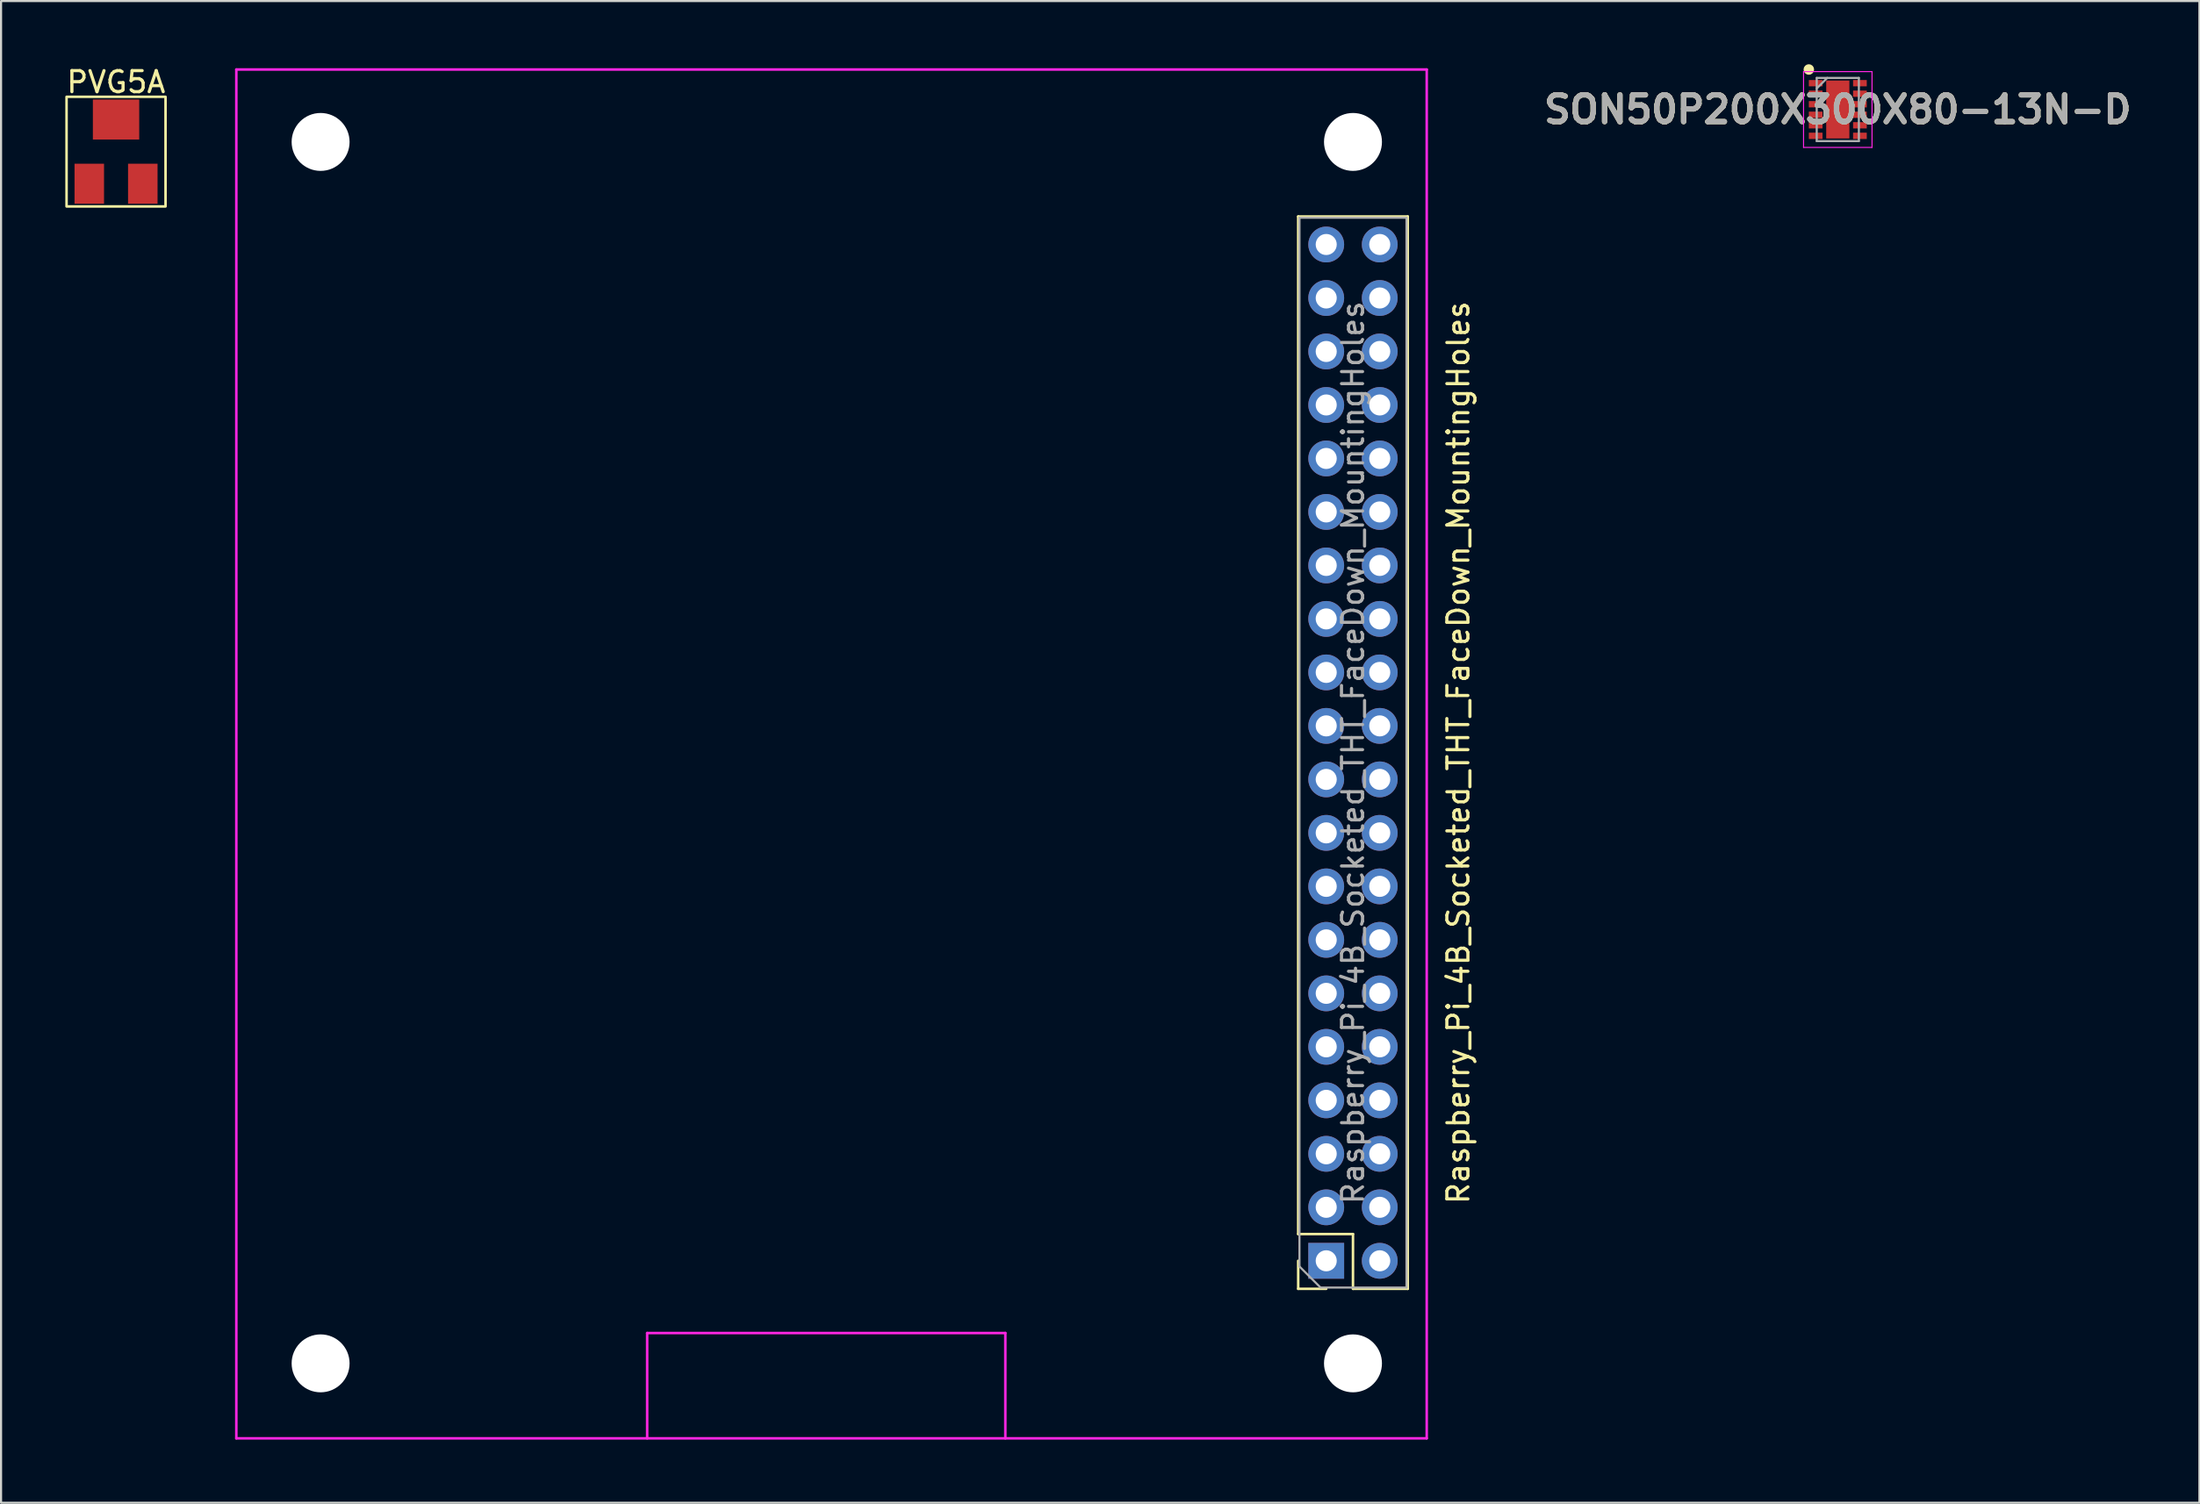
<source format=kicad_pcb>
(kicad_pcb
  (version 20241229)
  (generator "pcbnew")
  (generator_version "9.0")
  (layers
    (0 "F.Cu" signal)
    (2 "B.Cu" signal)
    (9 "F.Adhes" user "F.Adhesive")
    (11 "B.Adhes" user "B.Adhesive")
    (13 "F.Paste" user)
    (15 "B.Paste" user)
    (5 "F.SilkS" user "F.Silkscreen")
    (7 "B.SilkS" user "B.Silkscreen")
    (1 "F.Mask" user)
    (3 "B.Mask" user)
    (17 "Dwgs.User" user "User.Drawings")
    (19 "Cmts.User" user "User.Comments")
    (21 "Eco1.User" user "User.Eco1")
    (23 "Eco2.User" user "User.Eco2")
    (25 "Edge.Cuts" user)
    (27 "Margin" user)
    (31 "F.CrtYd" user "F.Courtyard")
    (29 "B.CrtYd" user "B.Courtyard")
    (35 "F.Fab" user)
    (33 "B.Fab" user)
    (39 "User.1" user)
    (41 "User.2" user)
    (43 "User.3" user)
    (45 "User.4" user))
  (footprint "PVG5A"
    (layer "F.Cu")
    (at 2.458 4.15)
    (property "Reference" "PVG5A" (at 0 -3.302 0) (unlocked yes) (layer "F.SilkS") (effects (font (size 1 1) (thickness 0.15))))
    (attr smd)
    (fp_rect (start -2.349 -2.603) (end 2.349 2.603) (stroke (width 0.12) (type solid)) (fill no) (layer "F.SilkS"))
    (pad "1" smd rect (at -1.27 1.524) (size 1.4 1.9) (layers "F.Cu" "F.Mask" "F.Paste"))
    (pad "2" smd rect (at 0 -1.524) (size 2.2 1.9) (layers "F.Cu" "F.Mask" "F.Paste"))
    (pad "3" smd rect (at 1.27 1.524) (size 1.4 1.9) (layers "F.Cu" "F.Mask" "F.Paste")))
  (footprint "Raspberry_Pi_4B_Socketed_THT_FaceDown_MountingHoles"
    (layer "F.Cu")
    (at 8.167 0.25)
    (property "Reference" "Raspberry_Pi_4B_Socketed_THT_FaceDown_MountingHoles" (at 58 32.44 270) (layer "F.SilkS") (effects (font (size 1 1) (thickness 0.15))))
    (attr through_hole)
    (fp_line (start 50.4 55.3) (end 50.4 6.98) (stroke (width 0.12) (type solid)) (layer "F.SilkS"))
    (fp_line (start 50.4 57.9) (end 50.4 56.57) (stroke (width 0.12) (type solid)) (layer "F.SilkS"))
    (fp_line (start 51.73 57.9) (end 50.4 57.9) (stroke (width 0.12) (type solid)) (layer "F.SilkS"))
    (fp_line (start 53 55.3) (end 50.4 55.3) (stroke (width 0.12) (type solid)) (layer "F.SilkS"))
    (fp_line (start 53 57.9) (end 53 55.3) (stroke (width 0.12) (type solid)) (layer "F.SilkS"))
    (fp_line (start 55.6 6.98) (end 50.4 6.98) (stroke (width 0.12) (type solid)) (layer "F.SilkS"))
    (fp_line (start 55.6 57.9) (end 53 57.9) (stroke (width 0.12) (type solid)) (layer "F.SilkS"))
    (fp_line (start 55.6 57.9) (end 55.6 6.98) (stroke (width 0.12) (type solid)) (layer "F.SilkS"))
    (fp_line (start 0 0) (end 0 65) (stroke (width 0.12) (type solid)) (layer "F.CrtYd"))
    (fp_line (start 0 65) (end 56.5 65) (stroke (width 0.12) (type solid)) (layer "F.CrtYd"))
    (fp_line (start 19.5 60) (end 19.5 65) (stroke (width 0.12) (type solid)) (layer "F.CrtYd"))
    (fp_line (start 19.5 60) (end 36.5 60) (stroke (width 0.12) (type solid)) (layer "F.CrtYd"))
    (fp_line (start 36.5 60) (end 36.5 65) (stroke (width 0.12) (type solid)) (layer "F.CrtYd"))
    (fp_line (start 56.5 0) (end 0 0) (stroke (width 0.12) (type solid)) (layer "F.CrtYd"))
    (fp_line (start 56.5 65) (end 56.5 0) (stroke (width 0.12) (type solid)) (layer "F.CrtYd"))
    (fp_line (start 50.46 7.04) (end 55.54 7.04) (stroke (width 0.1) (type solid)) (layer "F.Fab"))
    (fp_line (start 50.46 56.84) (end 50.46 7.04) (stroke (width 0.1) (type solid)) (layer "F.Fab"))
    (fp_line (start 51.46 57.84) (end 50.46 56.84) (stroke (width 0.1) (type solid)) (layer "F.Fab"))
    (fp_line (start 55.54 7.04) (end 55.54 57.84) (stroke (width 0.1) (type solid)) (layer "F.Fab"))
    (fp_line (start 55.54 57.84) (end 51.46 57.84) (stroke (width 0.1) (type solid)) (layer "F.Fab"))
    (fp_text user "${REFERENCE}" (at 53 32.44 270) (layer "F.Fab") (effects (font (size 1 1) (thickness 0.15))))
    (pad "" np_thru_hole circle (at 4 3.44 270) (size 2.75 2.75) (drill 2.75) (layers "*.Cu" "*.Mask"))
    (pad "" np_thru_hole circle (at 4 61.44 270) (size 2.75 2.75) (drill 2.75) (layers "*.Cu" "*.Mask"))
    (pad "" np_thru_hole circle (at 53 3.44 270) (size 2.75 2.75) (drill 2.75) (layers "*.Cu" "*.Mask"))
    (pad "" np_thru_hole circle (at 53 61.44 270) (size 2.75 2.75) (drill 2.75) (layers "*.Cu" "*.Mask"))
    (pad "1" thru_hole rect (at 51.73 56.57 180) (size 1.7 1.7) (drill 1) (layers "*.Cu" "*.Mask"))
    (pad "2" thru_hole oval (at 54.27 56.57 180) (size 1.7 1.7) (drill 1) (layers "*.Cu" "*.Mask"))
    (pad "3" thru_hole oval (at 51.73 54.03 180) (size 1.7 1.7) (drill 1) (layers "*.Cu" "*.Mask"))
    (pad "4" thru_hole oval (at 54.27 54.03 180) (size 1.7 1.7) (drill 1) (layers "*.Cu" "*.Mask"))
    (pad "5" thru_hole oval (at 51.73 51.49 180) (size 1.7 1.7) (drill 1) (layers "*.Cu" "*.Mask"))
    (pad "6" thru_hole oval (at 54.27 51.49 180) (size 1.7 1.7) (drill 1) (layers "*.Cu" "*.Mask"))
    (pad "7" thru_hole oval (at 51.73 48.95 180) (size 1.7 1.7) (drill 1) (layers "*.Cu" "*.Mask"))
    (pad "8" thru_hole oval (at 54.27 48.95 180) (size 1.7 1.7) (drill 1) (layers "*.Cu" "*.Mask"))
    (pad "9" thru_hole oval (at 51.73 46.41 180) (size 1.7 1.7) (drill 1) (layers "*.Cu" "*.Mask"))
    (pad "10" thru_hole oval (at 54.27 46.41 180) (size 1.7 1.7) (drill 1) (layers "*.Cu" "*.Mask"))
    (pad "11" thru_hole oval (at 51.73 43.87 180) (size 1.7 1.7) (drill 1) (layers "*.Cu" "*.Mask"))
    (pad "12" thru_hole oval (at 54.27 43.87 180) (size 1.7 1.7) (drill 1) (layers "*.Cu" "*.Mask"))
    (pad "13" thru_hole oval (at 51.73 41.33 180) (size 1.7 1.7) (drill 1) (layers "*.Cu" "*.Mask"))
    (pad "14" thru_hole oval (at 54.27 41.33 180) (size 1.7 1.7) (drill 1) (layers "*.Cu" "*.Mask"))
    (pad "15" thru_hole oval (at 51.73 38.79 180) (size 1.7 1.7) (drill 1) (layers "*.Cu" "*.Mask"))
    (pad "16" thru_hole oval (at 54.27 38.79 180) (size 1.7 1.7) (drill 1) (layers "*.Cu" "*.Mask"))
    (pad "17" thru_hole oval (at 51.73 36.25 180) (size 1.7 1.7) (drill 1) (layers "*.Cu" "*.Mask"))
    (pad "18" thru_hole oval (at 54.27 36.25 180) (size 1.7 1.7) (drill 1) (layers "*.Cu" "*.Mask"))
    (pad "19" thru_hole oval (at 51.73 33.71 180) (size 1.7 1.7) (drill 1) (layers "*.Cu" "*.Mask"))
    (pad "20" thru_hole oval (at 54.27 33.71 180) (size 1.7 1.7) (drill 1) (layers "*.Cu" "*.Mask"))
    (pad "21" thru_hole oval (at 51.73 31.17 180) (size 1.7 1.7) (drill 1) (layers "*.Cu" "*.Mask"))
    (pad "22" thru_hole oval (at 54.27 31.17 180) (size 1.7 1.7) (drill 1) (layers "*.Cu" "*.Mask"))
    (pad "23" thru_hole oval (at 51.73 28.63 180) (size 1.7 1.7) (drill 1) (layers "*.Cu" "*.Mask"))
    (pad "24" thru_hole oval (at 54.27 28.63 180) (size 1.7 1.7) (drill 1) (layers "*.Cu" "*.Mask"))
    (pad "25" thru_hole oval (at 51.73 26.09 180) (size 1.7 1.7) (drill 1) (layers "*.Cu" "*.Mask"))
    (pad "26" thru_hole oval (at 54.27 26.09 180) (size 1.7 1.7) (drill 1) (layers "*.Cu" "*.Mask"))
    (pad "27" thru_hole oval (at 51.73 23.55 180) (size 1.7 1.7) (drill 1) (layers "*.Cu" "*.Mask"))
    (pad "28" thru_hole oval (at 54.27 23.55 180) (size 1.7 1.7) (drill 1) (layers "*.Cu" "*.Mask"))
    (pad "29" thru_hole oval (at 51.73 21.01 180) (size 1.7 1.7) (drill 1) (layers "*.Cu" "*.Mask"))
    (pad "30" thru_hole oval (at 54.27 21.01 180) (size 1.7 1.7) (drill 1) (layers "*.Cu" "*.Mask"))
    (pad "31" thru_hole oval (at 51.73 18.47 180) (size 1.7 1.7) (drill 1) (layers "*.Cu" "*.Mask"))
    (pad "32" thru_hole oval (at 54.27 18.47 180) (size 1.7 1.7) (drill 1) (layers "*.Cu" "*.Mask"))
    (pad "33" thru_hole oval (at 51.73 15.93 180) (size 1.7 1.7) (drill 1) (layers "*.Cu" "*.Mask"))
    (pad "34" thru_hole oval (at 54.27 15.93 180) (size 1.7 1.7) (drill 1) (layers "*.Cu" "*.Mask"))
    (pad "35" thru_hole oval (at 51.73 13.39 180) (size 1.7 1.7) (drill 1) (layers "*.Cu" "*.Mask"))
    (pad "36" thru_hole oval (at 54.27 13.39 180) (size 1.7 1.7) (drill 1) (layers "*.Cu" "*.Mask"))
    (pad "37" thru_hole oval (at 51.73 10.85 180) (size 1.7 1.7) (drill 1) (layers "*.Cu" "*.Mask"))
    (pad "38" thru_hole oval (at 54.27 10.85 180) (size 1.7 1.7) (drill 1) (layers "*.Cu" "*.Mask"))
    (pad "39" thru_hole oval (at 51.73 8.31 180) (size 1.7 1.7) (drill 1) (layers "*.Cu" "*.Mask"))
    (pad "40" thru_hole oval (at 54.27 8.31 180) (size 1.7 1.7) (drill 1) (layers "*.Cu" "*.Mask")))
  (footprint "SON50P200X300X80-13N-D"
    (layer "F.Cu")
    (at 84.178 2.15)
    (property "Reference" "SON50P200X300X80-13N-D" (at 0 0 0) (layer "F.SilkS") (effects (font (size 1.27 1.27) (thickness 0.254))))
    (attr smd)
    (fp_circle (center -1.375 -1.9) (end -1.375 -1.775) (stroke (width 0.25) (type solid)) (fill no) (layer "F.SilkS"))
    (fp_line (start -1.625 -1.8) (end 1.625 -1.8) (stroke (width 0.05) (type solid)) (layer "F.CrtYd"))
    (fp_line (start -1.625 1.8) (end -1.625 -1.8) (stroke (width 0.05) (type solid)) (layer "F.CrtYd"))
    (fp_line (start 1.625 -1.8) (end 1.625 1.8) (stroke (width 0.05) (type solid)) (layer "F.CrtYd"))
    (fp_line (start 1.625 1.8) (end -1.625 1.8) (stroke (width 0.05) (type solid)) (layer "F.CrtYd"))
    (fp_line (start -1 -1.5) (end 1 -1.5) (stroke (width 0.1) (type solid)) (layer "F.Fab"))
    (fp_line (start -1 -1) (end -0.5 -1.5) (stroke (width 0.1) (type solid)) (layer "F.Fab"))
    (fp_line (start -1 1.5) (end -1 -1.5) (stroke (width 0.1) (type solid)) (layer "F.Fab"))
    (fp_line (start 1 -1.5) (end 1 1.5) (stroke (width 0.1) (type solid)) (layer "F.Fab"))
    (fp_line (start 1 1.5) (end -1 1.5) (stroke (width 0.1) (type solid)) (layer "F.Fab"))
    (fp_text user "${REFERENCE}" (at 0 0 0) (layer "F.Fab") (effects (font (size 1.27 1.27) (thickness 0.254))))
    (pad "1" smd rect (at -1.05 -1.25 90) (size 0.3 0.65) (layers "F.Cu" "F.Mask" "F.Paste"))
    (pad "2" smd rect (at -1.05 -0.75 90) (size 0.3 0.65) (layers "F.Cu" "F.Mask" "F.Paste"))
    (pad "3" smd rect (at -1.05 -0.25 90) (size 0.3 0.65) (layers "F.Cu" "F.Mask" "F.Paste"))
    (pad "4" smd rect (at -1.05 0.25 90) (size 0.3 0.65) (layers "F.Cu" "F.Mask" "F.Paste"))
    (pad "5" smd rect (at -1.05 0.75 90) (size 0.3 0.65) (layers "F.Cu" "F.Mask" "F.Paste"))
    (pad "6" smd rect (at -1.05 1.25 90) (size 0.3 0.65) (layers "F.Cu" "F.Mask" "F.Paste"))
    (pad "7" smd rect (at 1.05 1.25 90) (size 0.3 0.65) (layers "F.Cu" "F.Mask" "F.Paste"))
    (pad "8" smd rect (at 1.05 0.75 90) (size 0.3 0.65) (layers "F.Cu" "F.Mask" "F.Paste"))
    (pad "9" smd rect (at 1.05 0.25 90) (size 0.3 0.65) (layers "F.Cu" "F.Mask" "F.Paste"))
    (pad "10" smd rect (at 1.05 -0.25 90) (size 0.3 0.65) (layers "F.Cu" "F.Mask" "F.Paste"))
    (pad "11" smd rect (at 1.05 -0.75 90) (size 0.3 0.65) (layers "F.Cu" "F.Mask" "F.Paste"))
    (pad "12" smd rect (at 1.05 -1.25 90) (size 0.3 0.65) (layers "F.Cu" "F.Mask" "F.Paste"))
    (pad "13" smd rect (at 0 0) (size 1.1 2.75) (layers "F.Cu" "F.Mask" "F.Paste")))
  (gr_rect
    (start -3 -3)
    (end 101.342 68.31)
    (stroke (width 0.1) (type default))
    (fill no)
    (layer "Edge.Cuts")))
</source>
